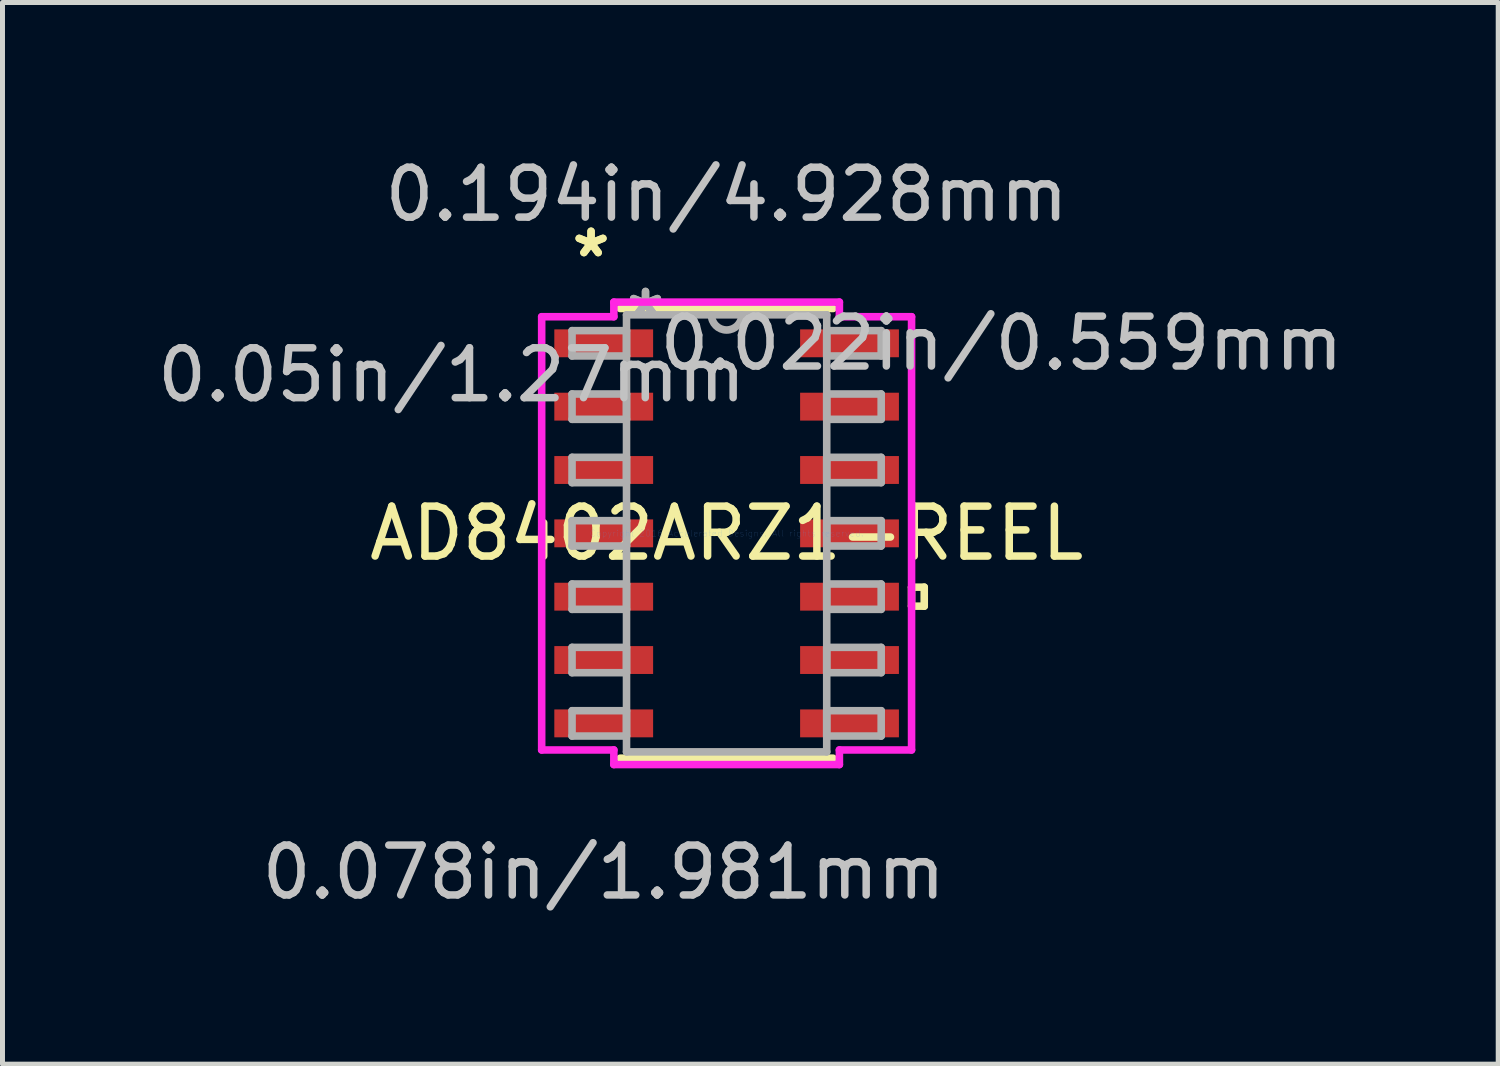
<source format=kicad_pcb>
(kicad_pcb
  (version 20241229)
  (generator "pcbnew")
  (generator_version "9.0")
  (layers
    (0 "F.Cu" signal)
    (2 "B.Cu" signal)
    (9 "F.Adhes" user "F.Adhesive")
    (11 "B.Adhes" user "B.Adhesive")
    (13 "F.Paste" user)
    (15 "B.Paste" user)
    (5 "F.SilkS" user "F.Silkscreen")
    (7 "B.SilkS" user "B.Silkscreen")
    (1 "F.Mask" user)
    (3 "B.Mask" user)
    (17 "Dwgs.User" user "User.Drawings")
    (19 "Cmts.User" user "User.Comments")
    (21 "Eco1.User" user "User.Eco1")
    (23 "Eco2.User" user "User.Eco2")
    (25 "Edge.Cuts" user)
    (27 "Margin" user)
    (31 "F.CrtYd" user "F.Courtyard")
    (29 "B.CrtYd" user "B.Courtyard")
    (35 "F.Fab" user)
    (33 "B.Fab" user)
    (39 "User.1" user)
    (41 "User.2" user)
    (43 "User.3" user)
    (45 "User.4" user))
  (footprint "AD8402ARZ1-REEL"
    (layer "F.Cu")
    (at 11.518 7.643)
    (property "Reference" "AD8402ARZ1-REEL" (at 0 0 0) (layer "F.SilkS") (effects (font (size 1 1) (thickness 0.15))))
    (attr through_hole)
    (fp_line (start -2.134 4.508) (end 2.134 4.508) (stroke (width 0.152) (type solid)) (layer "F.SilkS"))
    (fp_line (start 2.134 -4.508) (end -2.134 -4.508) (stroke (width 0.152) (type solid)) (layer "F.SilkS"))
    (fp_line (start 3.708 1.079) (end 3.962 1.079) (stroke (width 0.152) (type solid)) (layer "F.SilkS"))
    (fp_line (start 3.708 1.46) (end 3.708 1.079) (stroke (width 0.152) (type solid)) (layer "F.SilkS"))
    (fp_line (start 3.962 1.079) (end 3.962 1.46) (stroke (width 0.152) (type solid)) (layer "F.SilkS"))
    (fp_line (start 3.962 1.46) (end 3.708 1.46) (stroke (width 0.152) (type solid)) (layer "F.SilkS"))
    (fp_line (start -3.708 -4.343) (end -2.261 -4.343) (stroke (width 0.152) (type solid)) (layer "F.CrtYd"))
    (fp_line (start -3.708 4.343) (end -3.708 -4.343) (stroke (width 0.152) (type solid)) (layer "F.CrtYd"))
    (fp_line (start -2.261 -4.636) (end 2.261 -4.636) (stroke (width 0.152) (type solid)) (layer "F.CrtYd"))
    (fp_line (start -2.261 -4.343) (end -2.261 -4.636) (stroke (width 0.152) (type solid)) (layer "F.CrtYd"))
    (fp_line (start -2.261 4.343) (end -3.708 4.343) (stroke (width 0.152) (type solid)) (layer "F.CrtYd"))
    (fp_line (start -2.261 4.636) (end -2.261 4.343) (stroke (width 0.152) (type solid)) (layer "F.CrtYd"))
    (fp_line (start 2.261 -4.636) (end 2.261 -4.343) (stroke (width 0.152) (type solid)) (layer "F.CrtYd"))
    (fp_line (start 2.261 -4.343) (end 3.708 -4.343) (stroke (width 0.152) (type solid)) (layer "F.CrtYd"))
    (fp_line (start 2.261 4.343) (end 2.261 4.636) (stroke (width 0.152) (type solid)) (layer "F.CrtYd"))
    (fp_line (start 2.261 4.636) (end -2.261 4.636) (stroke (width 0.152) (type solid)) (layer "F.CrtYd"))
    (fp_line (start 3.708 -4.343) (end 3.708 4.343) (stroke (width 0.152) (type solid)) (layer "F.CrtYd"))
    (fp_line (start 3.708 4.343) (end 2.261 4.343) (stroke (width 0.152) (type solid)) (layer "F.CrtYd"))
    (fp_line (start -3.099 -4.064) (end -3.099 -3.556) (stroke (width 0.152) (type solid)) (layer "F.Fab"))
    (fp_line (start -3.099 -3.556) (end -2.007 -3.556) (stroke (width 0.152) (type solid)) (layer "F.Fab"))
    (fp_line (start -3.099 -2.794) (end -3.099 -2.286) (stroke (width 0.152) (type solid)) (layer "F.Fab"))
    (fp_line (start -3.099 -2.286) (end -2.007 -2.286) (stroke (width 0.152) (type solid)) (layer "F.Fab"))
    (fp_line (start -3.099 -1.524) (end -3.099 -1.016) (stroke (width 0.152) (type solid)) (layer "F.Fab"))
    (fp_line (start -3.099 -1.016) (end -2.007 -1.016) (stroke (width 0.152) (type solid)) (layer "F.Fab"))
    (fp_line (start -3.099 -0.254) (end -3.099 0.254) (stroke (width 0.152) (type solid)) (layer "F.Fab"))
    (fp_line (start -3.099 0.254) (end -2.007 0.254) (stroke (width 0.152) (type solid)) (layer "F.Fab"))
    (fp_line (start -3.099 1.016) (end -3.099 1.524) (stroke (width 0.152) (type solid)) (layer "F.Fab"))
    (fp_line (start -3.099 1.524) (end -2.007 1.524) (stroke (width 0.152) (type solid)) (layer "F.Fab"))
    (fp_line (start -3.099 2.286) (end -3.099 2.794) (stroke (width 0.152) (type solid)) (layer "F.Fab"))
    (fp_line (start -3.099 2.794) (end -2.007 2.794) (stroke (width 0.152) (type solid)) (layer "F.Fab"))
    (fp_line (start -3.099 3.556) (end -3.099 4.064) (stroke (width 0.152) (type solid)) (layer "F.Fab"))
    (fp_line (start -3.099 4.064) (end -2.007 4.064) (stroke (width 0.152) (type solid)) (layer "F.Fab"))
    (fp_line (start -2.007 -4.381) (end -2.007 4.381) (stroke (width 0.152) (type solid)) (layer "F.Fab"))
    (fp_line (start -2.007 -4.064) (end -3.099 -4.064) (stroke (width 0.152) (type solid)) (layer "F.Fab"))
    (fp_line (start -2.007 -3.556) (end -2.007 -4.064) (stroke (width 0.152) (type solid)) (layer "F.Fab"))
    (fp_line (start -2.007 -2.794) (end -3.099 -2.794) (stroke (width 0.152) (type solid)) (layer "F.Fab"))
    (fp_line (start -2.007 -2.286) (end -2.007 -2.794) (stroke (width 0.152) (type solid)) (layer "F.Fab"))
    (fp_line (start -2.007 -1.524) (end -3.099 -1.524) (stroke (width 0.152) (type solid)) (layer "F.Fab"))
    (fp_line (start -2.007 -1.016) (end -2.007 -1.524) (stroke (width 0.152) (type solid)) (layer "F.Fab"))
    (fp_line (start -2.007 -0.254) (end -3.099 -0.254) (stroke (width 0.152) (type solid)) (layer "F.Fab"))
    (fp_line (start -2.007 0.254) (end -2.007 -0.254) (stroke (width 0.152) (type solid)) (layer "F.Fab"))
    (fp_line (start -2.007 1.016) (end -3.099 1.016) (stroke (width 0.152) (type solid)) (layer "F.Fab"))
    (fp_line (start -2.007 1.524) (end -2.007 1.016) (stroke (width 0.152) (type solid)) (layer "F.Fab"))
    (fp_line (start -2.007 2.286) (end -3.099 2.286) (stroke (width 0.152) (type solid)) (layer "F.Fab"))
    (fp_line (start -2.007 2.794) (end -2.007 2.286) (stroke (width 0.152) (type solid)) (layer "F.Fab"))
    (fp_line (start -2.007 3.556) (end -3.099 3.556) (stroke (width 0.152) (type solid)) (layer "F.Fab"))
    (fp_line (start -2.007 4.064) (end -2.007 3.556) (stroke (width 0.152) (type solid)) (layer "F.Fab"))
    (fp_line (start -2.007 4.381) (end 2.007 4.381) (stroke (width 0.152) (type solid)) (layer "F.Fab"))
    (fp_line (start 2.007 -4.381) (end -2.007 -4.381) (stroke (width 0.152) (type solid)) (layer "F.Fab"))
    (fp_line (start 2.007 -4.064) (end 2.007 -3.556) (stroke (width 0.152) (type solid)) (layer "F.Fab"))
    (fp_line (start 2.007 -3.556) (end 3.099 -3.556) (stroke (width 0.152) (type solid)) (layer "F.Fab"))
    (fp_line (start 2.007 -2.794) (end 2.007 -2.286) (stroke (width 0.152) (type solid)) (layer "F.Fab"))
    (fp_line (start 2.007 -2.286) (end 3.099 -2.286) (stroke (width 0.152) (type solid)) (layer "F.Fab"))
    (fp_line (start 2.007 -1.524) (end 2.007 -1.016) (stroke (width 0.152) (type solid)) (layer "F.Fab"))
    (fp_line (start 2.007 -1.016) (end 3.099 -1.016) (stroke (width 0.152) (type solid)) (layer "F.Fab"))
    (fp_line (start 2.007 -0.254) (end 2.007 0.254) (stroke (width 0.152) (type solid)) (layer "F.Fab"))
    (fp_line (start 2.007 0.254) (end 3.099 0.254) (stroke (width 0.152) (type solid)) (layer "F.Fab"))
    (fp_line (start 2.007 1.016) (end 2.007 1.524) (stroke (width 0.152) (type solid)) (layer "F.Fab"))
    (fp_line (start 2.007 1.524) (end 3.099 1.524) (stroke (width 0.152) (type solid)) (layer "F.Fab"))
    (fp_line (start 2.007 2.286) (end 2.007 2.794) (stroke (width 0.152) (type solid)) (layer "F.Fab"))
    (fp_line (start 2.007 2.794) (end 3.099 2.794) (stroke (width 0.152) (type solid)) (layer "F.Fab"))
    (fp_line (start 2.007 3.556) (end 2.007 4.064) (stroke (width 0.152) (type solid)) (layer "F.Fab"))
    (fp_line (start 2.007 4.064) (end 3.099 4.064) (stroke (width 0.152) (type solid)) (layer "F.Fab"))
    (fp_line (start 2.007 4.381) (end 2.007 -4.381) (stroke (width 0.152) (type solid)) (layer "F.Fab"))
    (fp_line (start 3.099 -4.064) (end 2.007 -4.064) (stroke (width 0.152) (type solid)) (layer "F.Fab"))
    (fp_line (start 3.099 -3.556) (end 3.099 -4.064) (stroke (width 0.152) (type solid)) (layer "F.Fab"))
    (fp_line (start 3.099 -2.794) (end 2.007 -2.794) (stroke (width 0.152) (type solid)) (layer "F.Fab"))
    (fp_line (start 3.099 -2.286) (end 3.099 -2.794) (stroke (width 0.152) (type solid)) (layer "F.Fab"))
    (fp_line (start 3.099 -1.524) (end 2.007 -1.524) (stroke (width 0.152) (type solid)) (layer "F.Fab"))
    (fp_line (start 3.099 -1.016) (end 3.099 -1.524) (stroke (width 0.152) (type solid)) (layer "F.Fab"))
    (fp_line (start 3.099 -0.254) (end 2.007 -0.254) (stroke (width 0.152) (type solid)) (layer "F.Fab"))
    (fp_line (start 3.099 0.254) (end 3.099 -0.254) (stroke (width 0.152) (type solid)) (layer "F.Fab"))
    (fp_line (start 3.099 1.016) (end 2.007 1.016) (stroke (width 0.152) (type solid)) (layer "F.Fab"))
    (fp_line (start 3.099 1.524) (end 3.099 1.016) (stroke (width 0.152) (type solid)) (layer "F.Fab"))
    (fp_line (start 3.099 2.286) (end 2.007 2.286) (stroke (width 0.152) (type solid)) (layer "F.Fab"))
    (fp_line (start 3.099 2.794) (end 3.099 2.286) (stroke (width 0.152) (type solid)) (layer "F.Fab"))
    (fp_line (start 3.099 3.556) (end 2.007 3.556) (stroke (width 0.152) (type solid)) (layer "F.Fab"))
    (fp_line (start 3.099 4.064) (end 3.099 3.556) (stroke (width 0.152) (type solid)) (layer "F.Fab"))
    (fp_arc (start 0.3048 -4.3815) (mid 0 -4.0767) (end -0.3048 -4.3815) (stroke (width 0.1524) (type solid)) (layer "F.Fab"))
    (fp_text user "*" (at -2.718 -5.512 0) (layer "F.SilkS") (effects (font (size 1 1) (thickness 0.15))))
    (fp_text user "*" (at -2.718 -5.512 0) (layer "F.SilkS") (effects (font (size 1 1) (thickness 0.15))))
    (fp_text user "0.078in/1.981mm" (at -2.464 6.795 0) (layer "Dwgs.User") (effects (font (size 1 1) (thickness 0.15))))
    (fp_text user "0.05in/1.27mm" (at -5.512 -3.175 0) (layer "Dwgs.User") (effects (font (size 1 1) (thickness 0.15))))
    (fp_text user "0.194in/4.928mm" (at 0 -6.795 0) (layer "Dwgs.User") (effects (font (size 1 1) (thickness 0.15))))
    (fp_text user "0.022in/0.559mm" (at 5.512 -3.81 0) (layer "Dwgs.User") (effects (font (size 1 1) (thickness 0.15))))
    (fp_text user "Copyright 2016 Accelerated Designs. All rights reserved." (at 0 0 0) (layer "Cmts.User") (effects (font (size 0.127 0.127) (thickness 0.002))))
    (fp_text user "*" (at -1.626 -4.305 0) (layer "F.Fab") (effects (font (size 1 1) (thickness 0.15))))
    (fp_text user "*" (at -1.626 -4.305 0) (layer "F.Fab") (effects (font (size 1 1) (thickness 0.15))))
    (pad "1" smd rect (at -2.464 -3.81) (size 1.981 0.559) (layers "F.Cu" "F.Mask" "F.Paste"))
    (pad "2" smd rect (at -2.464 -2.54) (size 1.981 0.559) (layers "F.Cu" "F.Mask" "F.Paste"))
    (pad "3" smd rect (at -2.464 -1.27) (size 1.981 0.559) (layers "F.Cu" "F.Mask" "F.Paste"))
    (pad "4" smd rect (at -2.464 0) (size 1.981 0.559) (layers "F.Cu" "F.Mask" "F.Paste"))
    (pad "5" smd rect (at -2.464 1.27) (size 1.981 0.559) (layers "F.Cu" "F.Mask" "F.Paste"))
    (pad "6" smd rect (at -2.464 2.54) (size 1.981 0.559) (layers "F.Cu" "F.Mask" "F.Paste"))
    (pad "7" smd rect (at -2.464 3.81) (size 1.981 0.559) (layers "F.Cu" "F.Mask" "F.Paste"))
    (pad "8" smd rect (at 2.464 3.81) (size 1.981 0.559) (layers "F.Cu" "F.Mask" "F.Paste"))
    (pad "9" smd rect (at 2.464 2.54) (size 1.981 0.559) (layers "F.Cu" "F.Mask" "F.Paste"))
    (pad "10" smd rect (at 2.464 1.27) (size 1.981 0.559) (layers "F.Cu" "F.Mask" "F.Paste"))
    (pad "11" smd rect (at 2.464 0) (size 1.981 0.559) (layers "F.Cu" "F.Mask" "F.Paste"))
    (pad "12" smd rect (at 2.464 -1.27) (size 1.981 0.559) (layers "F.Cu" "F.Mask" "F.Paste"))
    (pad "13" smd rect (at 2.464 -2.54) (size 1.981 0.559) (layers "F.Cu" "F.Mask" "F.Paste"))
    (pad "14" smd rect (at 2.464 -3.81) (size 1.981 0.559) (layers "F.Cu" "F.Mask" "F.Paste")))
  (gr_rect
    (start -3 -3)
    (end 26.988 18.285)
    (stroke (width 0.1) (type default))
    (fill no)
    (layer "Edge.Cuts")))
</source>
